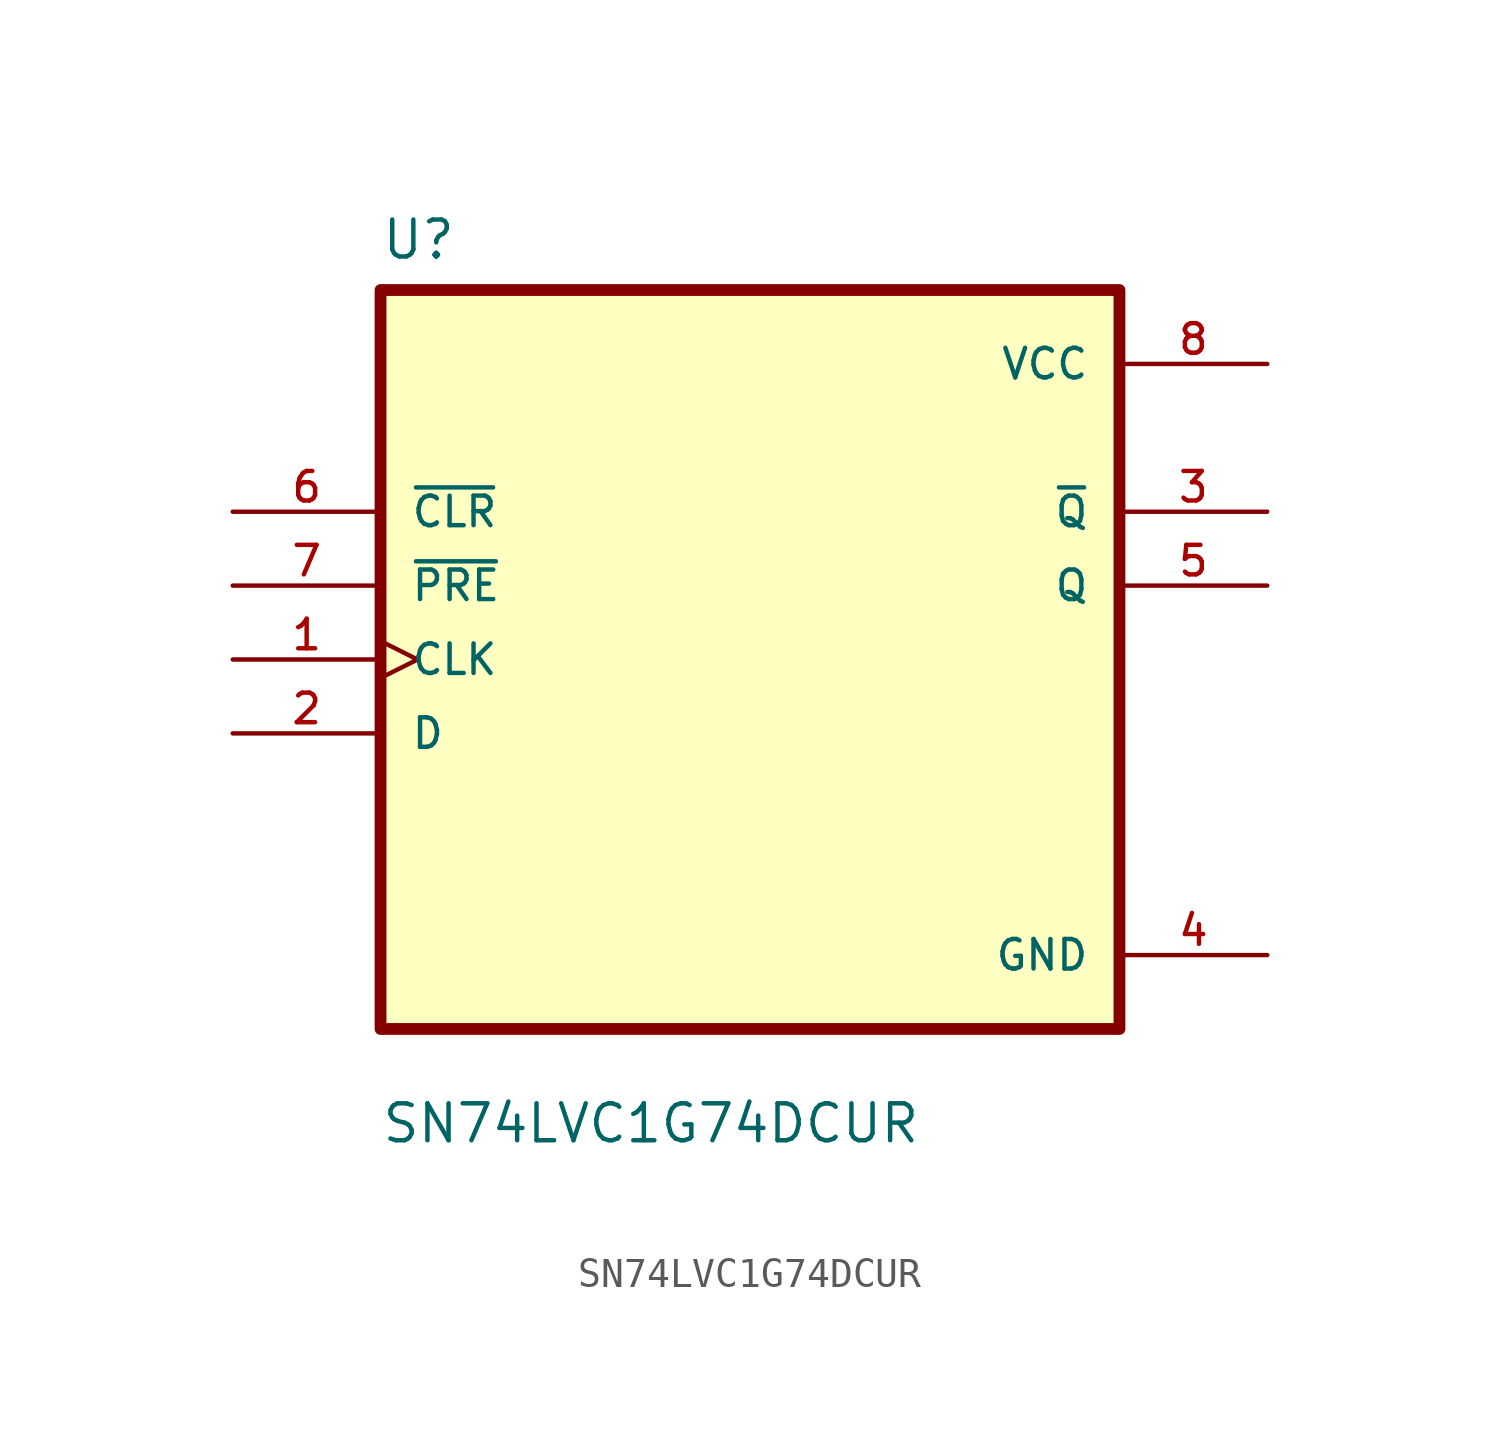
<source format=kicad_sym>
(kicad_symbol_lib
  (version 20211014)
  (generator kicad_symbol_editor)
  (symbol "SN74LVC1G74DCUR"
    (pin_names
      (offset 1.016))
    (property "Reference" "U"
      (at -12.7 13.691 0)
      (effects (font (size 1.27 1.27)) (justify left bottom)))
    (property "Value" "SN74LVC1G74DCUR"
      (at -12.7 -16.688 0)
      (effects (font (size 1.27 1.27)) (justify left bottom)))
    (property "ki_locked" ""
      (at 0 0 0)
      (effects (font (size 1.27 1.27))))
    (symbol "SN74LVC1G74DCUR_0_0"
      (rectangle (start -12.7 -12.7) (end 12.7 12.7) (stroke (width 0.406) (type default) (color 0 0 0 0)) (fill (type background)))
      (pin input clock (at -17.78 0 0) (length 5.08) (name "CLK" (effects (font (size 1.016 1.016)))) (number "1" (effects (font (size 1.016 1.016)))))
      (pin input line (at -17.78 -2.54 0) (length 5.08) (name "D" (effects (font (size 1.016 1.016)))) (number "2" (effects (font (size 1.016 1.016)))))
      (pin output line (at 17.78 5.08 180) (length 5.08) (name "~{Q}" (effects (font (size 1.016 1.016)))) (number "3" (effects (font (size 1.016 1.016)))))
      (pin power_in line (at 17.78 -10.16 180) (length 5.08) (name "GND" (effects (font (size 1.016 1.016)))) (number "4" (effects (font (size 1.016 1.016)))))
      (pin output line (at 17.78 2.54 180) (length 5.08) (name "Q" (effects (font (size 1.016 1.016)))) (number "5" (effects (font (size 1.016 1.016)))))
      (pin input line (at -17.78 5.08 0) (length 5.08) (name "~{CLR}" (effects (font (size 1.016 1.016)))) (number "6" (effects (font (size 1.016 1.016)))))
      (pin input line (at -17.78 2.54 0) (length 5.08) (name "~{PRE}" (effects (font (size 1.016 1.016)))) (number "7" (effects (font (size 1.016 1.016)))))
      (pin power_in line (at 17.78 10.16 180) (length 5.08) (name "VCC" (effects (font (size 1.016 1.016)))) (number "8" (effects (font (size 1.016 1.016))))))))
</source>
